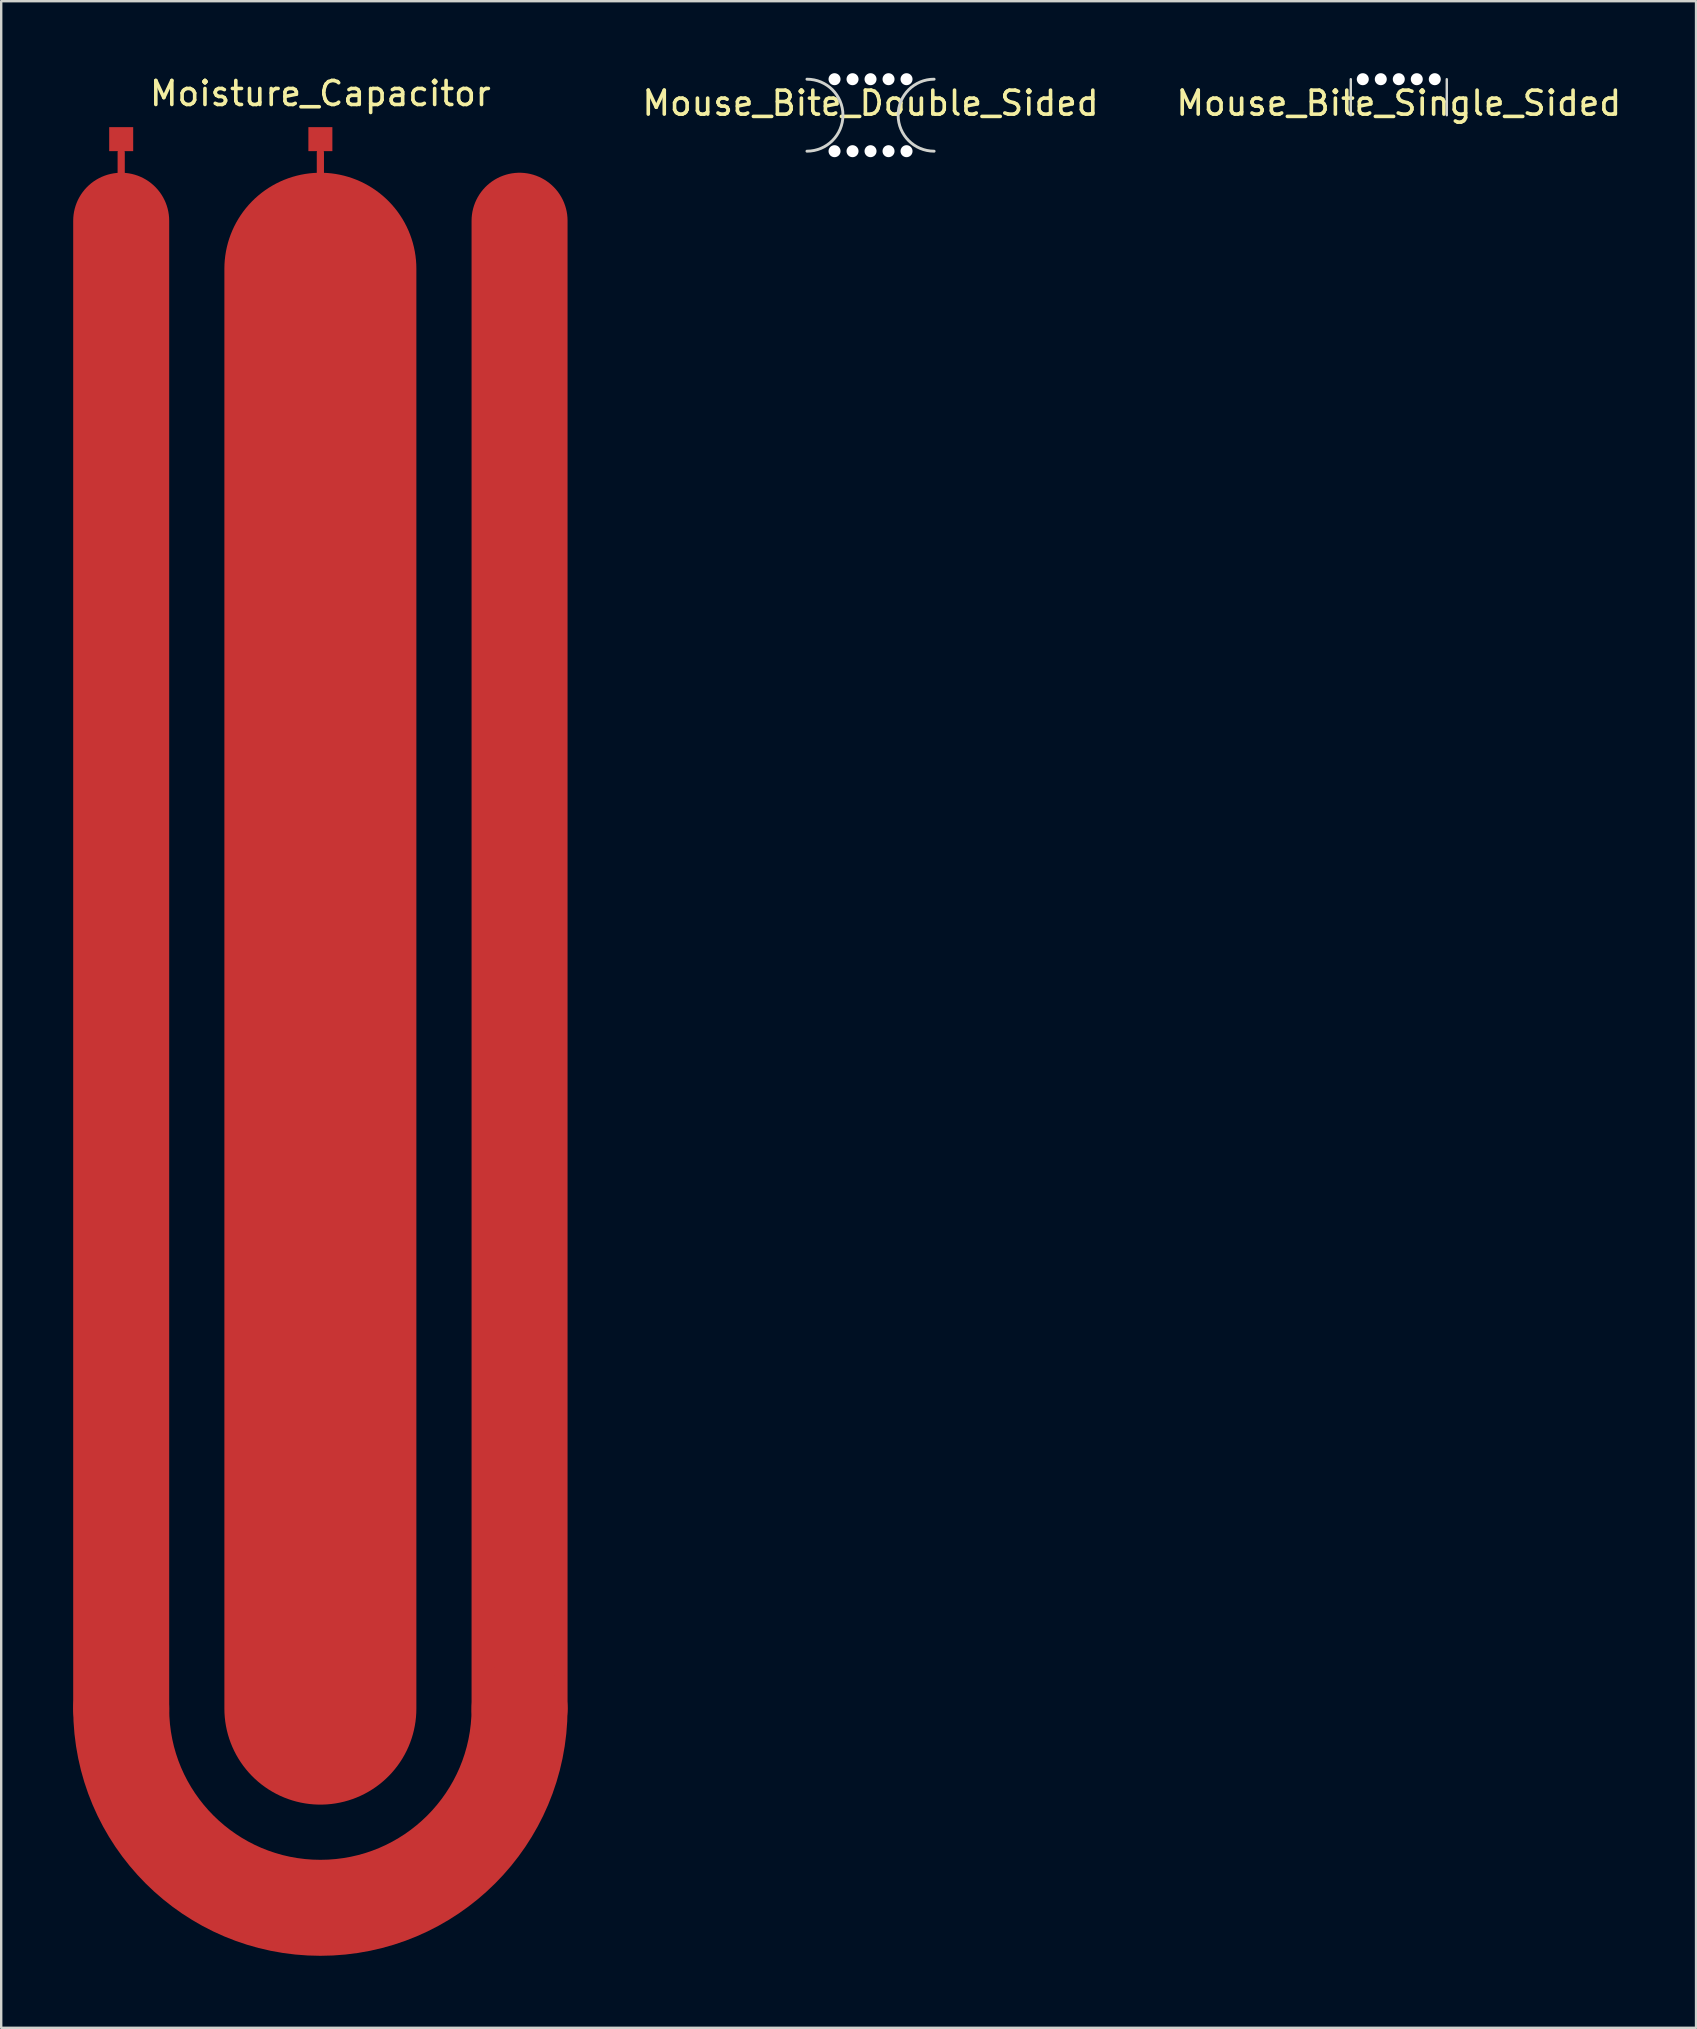
<source format=kicad_pcb>
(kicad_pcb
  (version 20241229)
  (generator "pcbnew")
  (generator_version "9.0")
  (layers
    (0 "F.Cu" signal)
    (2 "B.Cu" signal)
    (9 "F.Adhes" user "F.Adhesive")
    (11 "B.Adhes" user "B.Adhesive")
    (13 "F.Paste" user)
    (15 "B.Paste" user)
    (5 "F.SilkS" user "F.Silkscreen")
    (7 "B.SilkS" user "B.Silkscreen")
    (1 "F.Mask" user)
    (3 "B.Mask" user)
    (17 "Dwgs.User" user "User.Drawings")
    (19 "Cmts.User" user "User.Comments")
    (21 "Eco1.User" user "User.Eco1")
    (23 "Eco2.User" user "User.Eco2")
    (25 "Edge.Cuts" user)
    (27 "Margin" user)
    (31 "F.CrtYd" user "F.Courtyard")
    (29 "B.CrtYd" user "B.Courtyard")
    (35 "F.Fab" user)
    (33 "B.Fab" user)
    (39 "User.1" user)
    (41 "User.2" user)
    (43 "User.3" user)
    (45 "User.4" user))
  (footprint "Mouse_Bite_Double_Sided"
    (layer "F.Cu")
    (at 33.225 1.75)
    (property "Reference" "Mouse_Bite_Double_Sided" (at 0 -0.5 0) (unlocked yes) (layer "F.SilkS") (effects (font (size 1 1) (thickness 0.15))))
    (attr through_hole)
    (fp_arc (start -2.65 -1.5) (mid -1.15 0) (end -2.65 1.5) (stroke (width 0.12) (type solid)) (layer "Edge.Cuts"))
    (fp_arc (start 2.65 1.5) (mid 1.15 0) (end 2.65 -1.5) (stroke (width 0.12) (type solid)) (layer "Edge.Cuts"))
    (pad "" np_thru_hole circle (at -1.5 -1.5) (size 0.5 0.5) (drill 0.5) (layers "*.Cu" "*.Mask"))
    (pad "" np_thru_hole circle (at -1.5 1.5) (size 0.5 0.5) (drill 0.5) (layers "*.Cu" "*.Mask"))
    (pad "" np_thru_hole circle (at -0.75 -1.5) (size 0.5 0.5) (drill 0.5) (layers "*.Cu" "*.Mask"))
    (pad "" np_thru_hole circle (at -0.75 1.5) (size 0.5 0.5) (drill 0.5) (layers "*.Cu" "*.Mask"))
    (pad "" np_thru_hole circle (at 0 -1.5) (size 0.5 0.5) (drill 0.5) (layers "*.Cu" "*.Mask"))
    (pad "" np_thru_hole circle (at 0 1.5) (size 0.5 0.5) (drill 0.5) (layers "*.Cu" "*.Mask"))
    (pad "" np_thru_hole circle (at 0.75 -1.5) (size 0.5 0.5) (drill 0.5) (layers "*.Cu" "*.Mask"))
    (pad "" np_thru_hole circle (at 0.75 1.5) (size 0.5 0.5) (drill 0.5) (layers "*.Cu" "*.Mask"))
    (pad "" np_thru_hole circle (at 1.5 -1.5) (size 0.5 0.5) (drill 0.5) (layers "*.Cu" "*.Mask"))
    (pad "" np_thru_hole circle (at 1.5 1.5) (size 0.5 0.5) (drill 0.5) (layers "*.Cu" "*.Mask")))
  (footprint "Mouse_Bite_Single_Sided"
    (layer "F.Cu")
    (at 55.237 1.75)
    (property "Reference" "Mouse_Bite_Single_Sided" (at 0 -0.5 0) (unlocked yes) (layer "F.SilkS") (effects (font (size 1 1) (thickness 0.15))))
    (attr through_hole)
    (fp_line (start -2 -1.5) (end -2 0) (stroke (width 0.1) (type solid)) (layer "Edge.Cuts"))
    (fp_line (start 2 -1.5) (end 2 0) (stroke (width 0.1) (type solid)) (layer "Edge.Cuts"))
    (pad "" np_thru_hole circle (at -1.5 -1.5) (size 0.5 0.5) (drill 0.5) (layers "*.Cu" "*.Mask"))
    (pad "" np_thru_hole circle (at -0.75 -1.5) (size 0.5 0.5) (drill 0.5) (layers "*.Cu" "*.Mask"))
    (pad "" np_thru_hole circle (at 0 -1.5) (size 0.5 0.5) (drill 0.5) (layers "*.Cu" "*.Mask"))
    (pad "" np_thru_hole circle (at 0.75 -1.5) (size 0.5 0.5) (drill 0.5) (layers "*.Cu" "*.Mask"))
    (pad "" np_thru_hole circle (at 1.5 -1.5) (size 0.5 0.5) (drill 0.5) (layers "*.Cu" "*.Mask")))
  (footprint "Moisture_Capacitor"
    (layer "F.Cu")
    (at 10.3 5.148)
    (property "Reference" "Moisture_Capacitor" (at 0 -4.3 0) (unlocked yes) (layer "F.SilkS") (effects (font (size 1 1) (thickness 0.15))))
    (attr smd)
    (fp_line (start -8.3 -1.85) (end -8.3 -0.35) (stroke (width 0.3) (type solid)) (layer "F.Cu"))
    (fp_line (start -8.3 1) (end -8.3 63) (stroke (width 4) (type solid)) (layer "F.Cu"))
    (fp_line (start 0 -1.85) (end 0 -0.35) (stroke (width 0.3) (type solid)) (layer "F.Cu"))
    (fp_line (start 0 3) (end 0 63) (stroke (width 8) (type solid)) (layer "F.Cu"))
    (fp_line (start 8.3 1) (end 8.3 63) (stroke (width 4) (type solid)) (layer "F.Cu"))
    (fp_arc (start 8.3 63) (mid 0 71.3) (end -8.3 63) (stroke (width 4) (type solid)) (layer "F.Cu"))
    (pad "1" smd rect (at -8.3 -2.4) (size 1 1) (layers "F.Cu" "F.Mask" "F.Paste"))
    (pad "2" smd rect (at 0 -2.4) (size 1 1) (layers "F.Cu" "F.Mask" "F.Paste")))
  (gr_rect
    (start -3 -3)
    (end 67.624 81.448)
    (stroke (width 0.1) (type default))
    (fill no)
    (layer "Edge.Cuts")))
</source>
